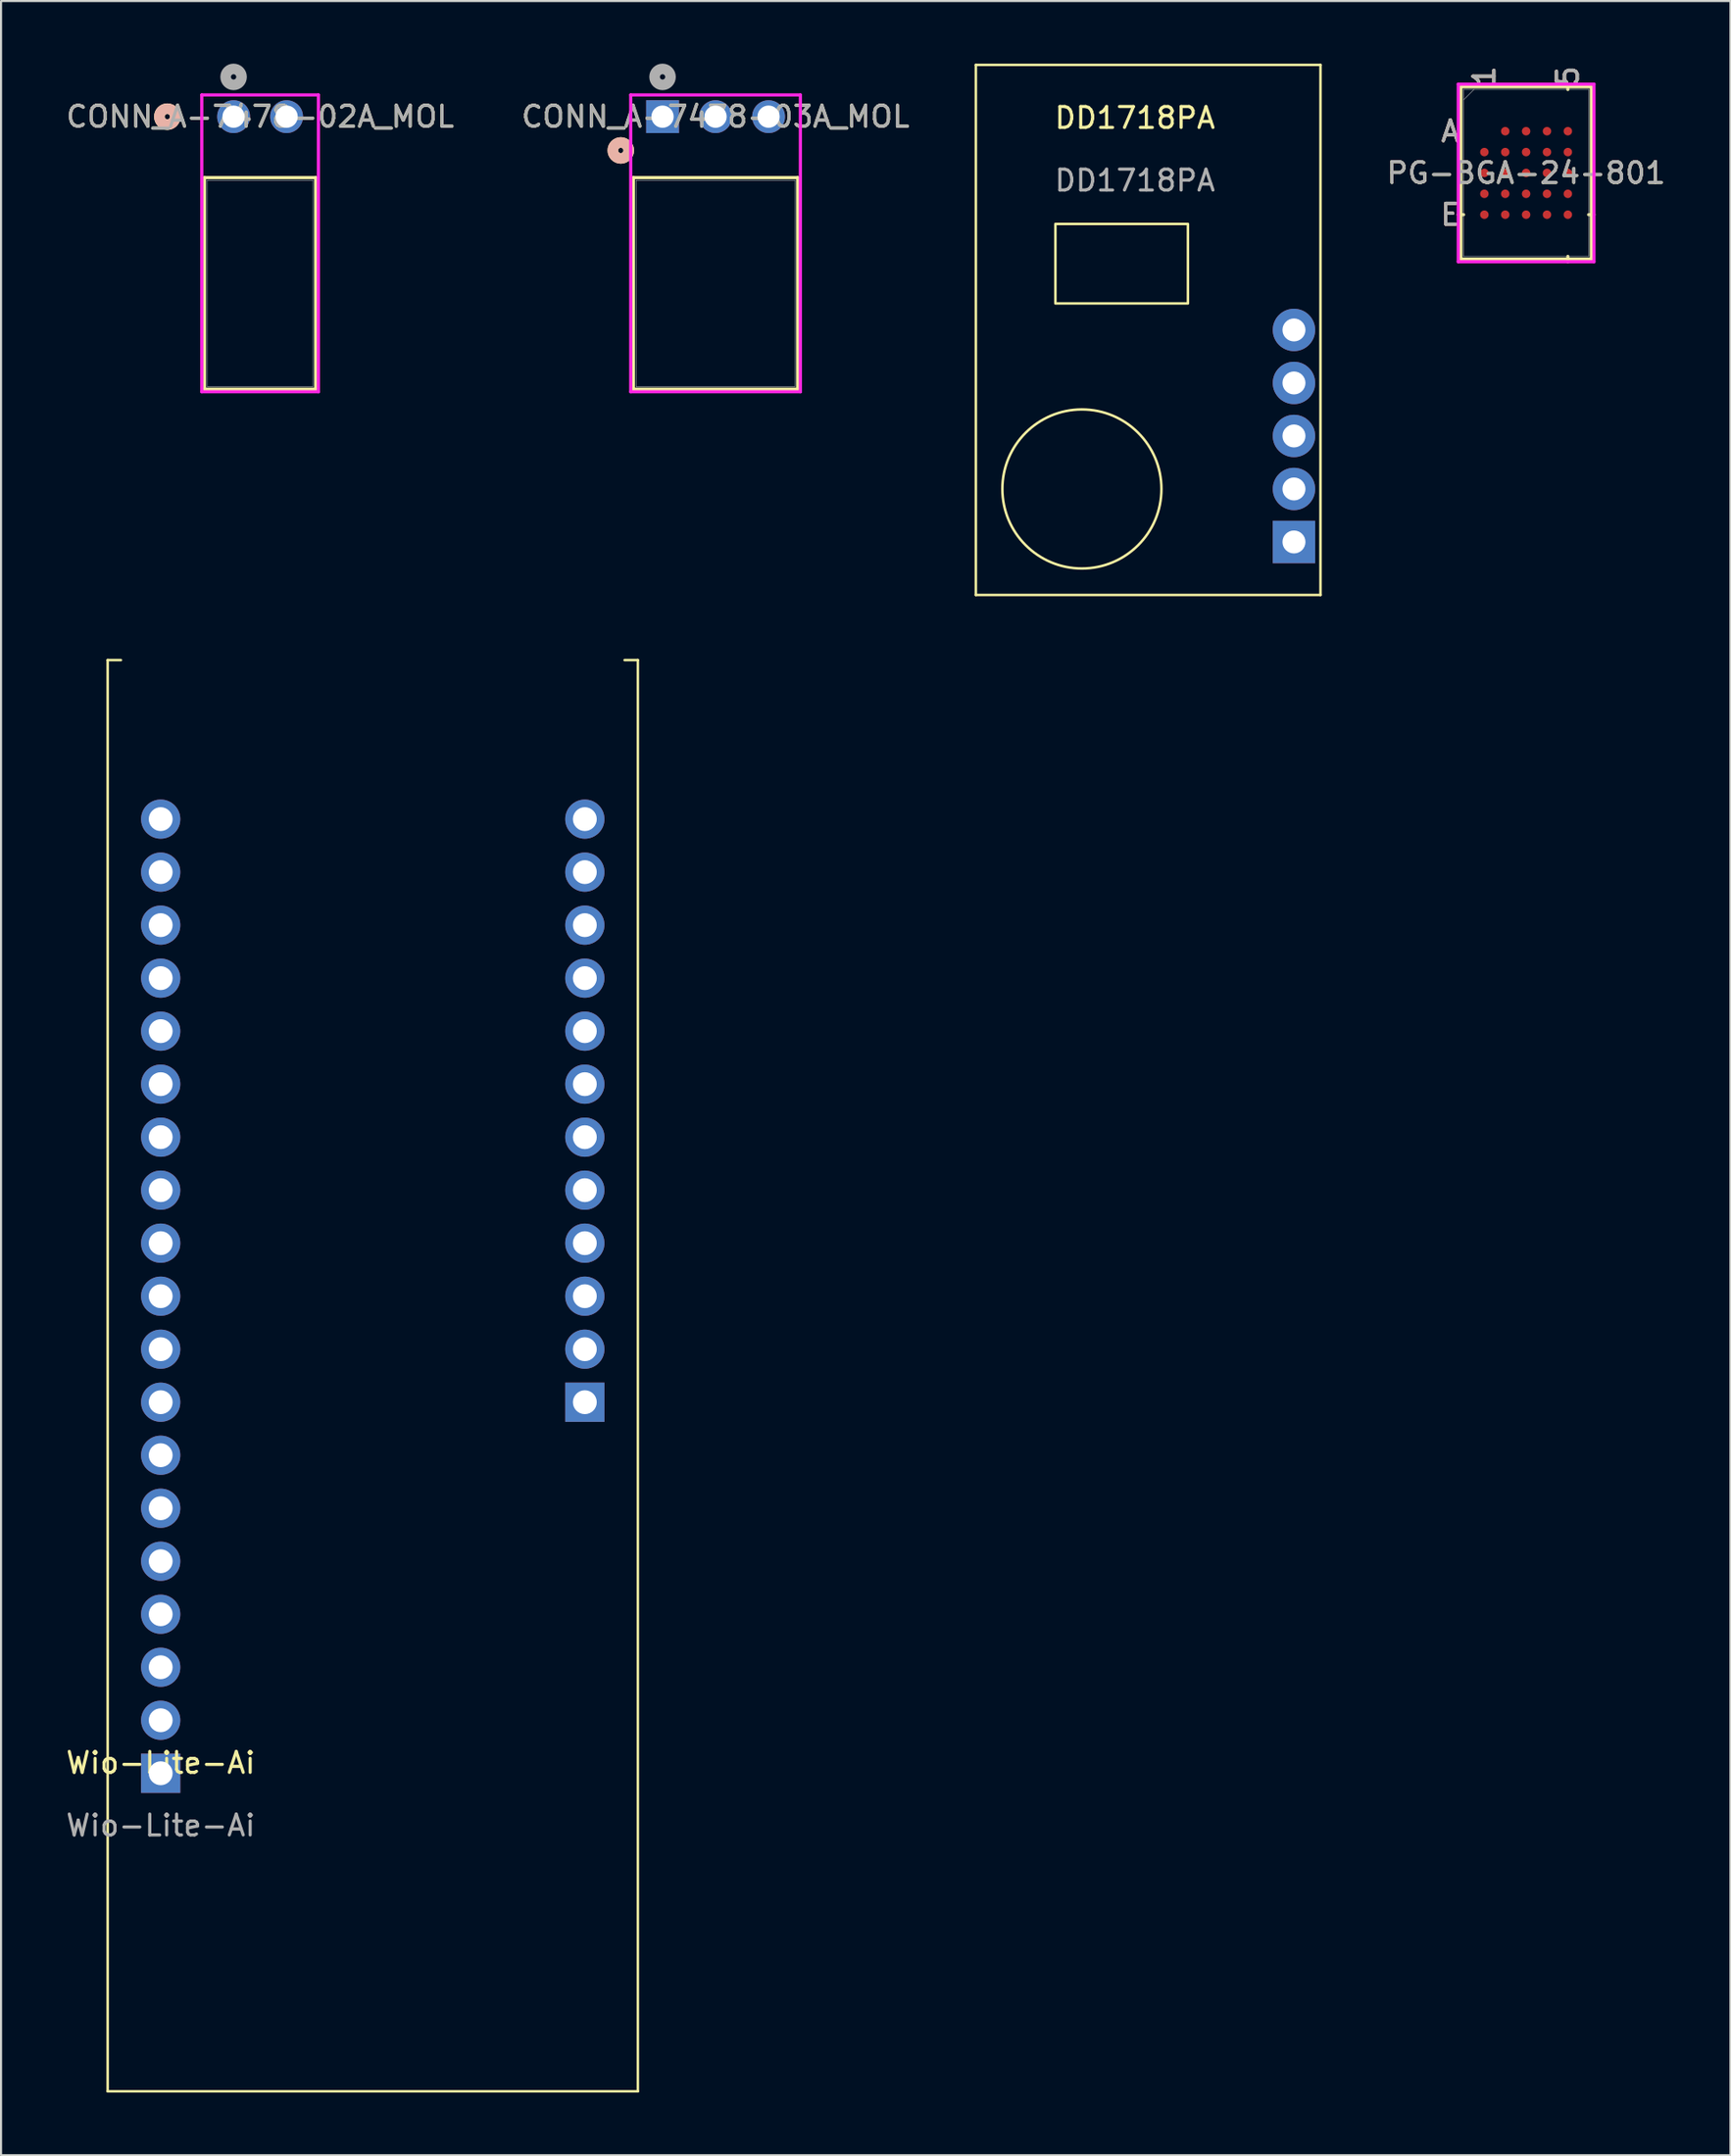
<source format=kicad_pcb>
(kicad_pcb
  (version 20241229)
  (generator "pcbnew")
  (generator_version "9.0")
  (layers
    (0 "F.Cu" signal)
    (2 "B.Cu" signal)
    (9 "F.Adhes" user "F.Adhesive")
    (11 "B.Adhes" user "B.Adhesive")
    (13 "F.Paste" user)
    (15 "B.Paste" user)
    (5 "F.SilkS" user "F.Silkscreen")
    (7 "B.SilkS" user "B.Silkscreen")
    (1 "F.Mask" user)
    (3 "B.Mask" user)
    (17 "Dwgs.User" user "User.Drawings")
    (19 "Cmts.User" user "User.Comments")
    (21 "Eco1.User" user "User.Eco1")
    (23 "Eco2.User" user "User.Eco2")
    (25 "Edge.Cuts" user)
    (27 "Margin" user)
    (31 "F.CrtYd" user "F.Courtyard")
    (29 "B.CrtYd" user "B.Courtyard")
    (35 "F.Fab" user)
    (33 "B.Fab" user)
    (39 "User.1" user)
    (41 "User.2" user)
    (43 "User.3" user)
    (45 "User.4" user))
  (footprint "CONN_A-7478-03A_MOL"
    (layer "F.Cu")
    (at 28.692 2.54)
    (property "Reference" "CONN_A-7478-03A_MOL" (at 2.54 0 0) (unlocked yes) (layer "F.SilkS") (effects (font (size 1 1) (thickness 0.15))))
    (attr through_hole)
    (fp_line (start -1.397 2.921) (end -1.397 13.056) (stroke (width 0.152) (type solid)) (layer "F.SilkS"))
    (fp_line (start -1.397 13.056) (end 6.477 13.056) (stroke (width 0.152) (type solid)) (layer "F.SilkS"))
    (fp_line (start 6.477 2.921) (end -1.397 2.921) (stroke (width 0.152) (type solid)) (layer "F.SilkS"))
    (fp_line (start 6.477 13.056) (end 6.477 2.921) (stroke (width 0.152) (type solid)) (layer "F.SilkS"))
    (fp_circle (center -2 1.619) (end -1.619 1.619) (stroke (width 0.508) (type solid)) (fill no) (layer "F.SilkS"))
    (fp_circle (center -2 1.619) (end -1.619 1.619) (stroke (width 0.508) (type solid)) (fill no) (layer "B.SilkS"))
    (fp_line (start -1.524 -1.041) (end -1.524 13.183) (stroke (width 0.152) (type solid)) (layer "F.CrtYd"))
    (fp_line (start -1.524 13.183) (end 6.604 13.183) (stroke (width 0.152) (type solid)) (layer "F.CrtYd"))
    (fp_line (start 6.604 -1.041) (end -1.524 -1.041) (stroke (width 0.152) (type solid)) (layer "F.CrtYd"))
    (fp_line (start 6.604 13.183) (end 6.604 -1.041) (stroke (width 0.152) (type solid)) (layer "F.CrtYd"))
    (fp_line (start -1.27 3.048) (end -1.27 12.929) (stroke (width 0.025) (type solid)) (layer "F.Fab"))
    (fp_line (start -1.27 12.929) (end 6.35 12.929) (stroke (width 0.025) (type solid)) (layer "F.Fab"))
    (fp_line (start 6.35 3.048) (end -1.27 3.048) (stroke (width 0.025) (type solid)) (layer "F.Fab"))
    (fp_line (start 6.35 12.929) (end 6.35 3.048) (stroke (width 0.025) (type solid)) (layer "F.Fab"))
    (fp_circle (center 0 -1.905) (end 0.381 -1.905) (stroke (width 0.508) (type solid)) (fill no) (layer "F.Fab"))
    (fp_text user "${REFERENCE}" (at 2.54 0 0) (unlocked yes) (layer "F.Fab") (effects (font (size 1 1) (thickness 0.15))))
    (pad "1" thru_hole rect (at 0 0) (size 1.575 1.575) (drill 1.067) (layers "*.Cu" "*.Mask"))
    (pad "2" thru_hole circle (at 2.54 0) (size 1.575 1.575) (drill 1.067) (layers "*.Cu" "*.Mask"))
    (pad "3" thru_hole circle (at 5.08 0) (size 1.575 1.575) (drill 1.067) (layers "*.Cu" "*.Mask")))
  (footprint "PG-BGA-24-801"
    (layer "F.Cu")
    (at 70.065 5.237)
    (property "Reference" "PG-BGA-24-801" (at 0 0 0) (unlocked yes) (layer "F.SilkS") (effects (font (size 1 1) (thickness 0.15))))
    (attr smd)
    (fp_line (start -3.124 -4.128) (end -3.124 4.128) (stroke (width 0.152) (type solid)) (layer "F.SilkS"))
    (fp_line (start -3.124 4.128) (end 3.124 4.128) (stroke (width 0.152) (type solid)) (layer "F.SilkS"))
    (fp_line (start -2.997 2) (end -3.251 2) (stroke (width 0.152) (type solid)) (layer "F.SilkS"))
    (fp_line (start 2 -4) (end 2 -4.255) (stroke (width 0.152) (type solid)) (layer "F.SilkS"))
    (fp_line (start 2 4) (end 2 4.255) (stroke (width 0.152) (type solid)) (layer "F.SilkS"))
    (fp_line (start 2.997 2) (end 3.251 2) (stroke (width 0.152) (type solid)) (layer "F.SilkS"))
    (fp_line (start 3.124 -4.128) (end -3.124 -4.128) (stroke (width 0.152) (type solid)) (layer "F.SilkS"))
    (fp_line (start 3.124 4.128) (end 3.124 -4.128) (stroke (width 0.152) (type solid)) (layer "F.SilkS"))
    (fp_poly (pts (xy -3.008 -3.008) (xy 3.008 -3.008) (xy 3.008 3.008) (xy -3.008 3.008)) (stroke (width 0.1) (type solid)) (fill no) (layer "Eco2.User"))
    (fp_line (start -3.251 -4.255) (end 3.251 -4.255) (stroke (width 0.152) (type solid)) (layer "F.CrtYd"))
    (fp_line (start -3.251 4.255) (end -3.251 -4.255) (stroke (width 0.152) (type solid)) (layer "F.CrtYd"))
    (fp_line (start 3.251 -4.255) (end 3.251 4.255) (stroke (width 0.152) (type solid)) (layer "F.CrtYd"))
    (fp_line (start 3.251 4.255) (end -3.251 4.255) (stroke (width 0.152) (type solid)) (layer "F.CrtYd"))
    (fp_line (start -2.997 -4) (end -2.997 4) (stroke (width 0.025) (type solid)) (layer "F.Fab"))
    (fp_line (start -2.997 4) (end 2.997 4) (stroke (width 0.025) (type solid)) (layer "F.Fab"))
    (fp_line (start -2.497 -4) (end -2.997 -3.501) (stroke (width 0.025) (type solid)) (layer "F.Fab"))
    (fp_line (start 2.997 -4) (end -2.997 -4) (stroke (width 0.025) (type solid)) (layer "F.Fab"))
    (fp_line (start 2.997 4) (end 2.997 -4) (stroke (width 0.025) (type solid)) (layer "F.Fab"))
    (fp_text user "E" (at -3.632 2 0) (unlocked yes) (layer "F.SilkS") (effects (font (size 1 1) (thickness 0.15))))
    (fp_text user "A" (at -3.632 -2 0) (unlocked yes) (layer "F.SilkS") (effects (font (size 1 1) (thickness 0.15))))
    (fp_text user "5" (at 2 -4.636 90) (unlocked yes) (layer "F.SilkS") (effects (font (size 1 1) (thickness 0.15))))
    (fp_text user "1" (at -2 -4.636 90) (unlocked yes) (layer "F.SilkS") (effects (font (size 1 1) (thickness 0.15))))
    (fp_text user "5" (at 2 -4.636 90) (unlocked yes) (layer "B.SilkS") (effects (font (size 1 1) (thickness 0.15))))
    (fp_text user "E" (at -3.632 2 0) (unlocked yes) (layer "B.SilkS") (effects (font (size 1 1) (thickness 0.15))))
    (fp_text user "1" (at -2 -4.636 90) (unlocked yes) (layer "B.SilkS") (effects (font (size 1 1) (thickness 0.15))))
    (fp_text user "A" (at -3.632 -2 0) (unlocked yes) (layer "B.SilkS") (effects (font (size 1 1) (thickness 0.15))))
    (fp_text user "5" (at 2 -4.636 90) (unlocked yes) (layer "F.Fab") (effects (font (size 1 1) (thickness 0.15))))
    (fp_text user "A" (at -3.632 -2 0) (unlocked yes) (layer "F.Fab") (effects (font (size 1 1) (thickness 0.15))))
    (fp_text user "1" (at -2 -4.636 90) (unlocked yes) (layer "F.Fab") (effects (font (size 1 1) (thickness 0.15))))
    (fp_text user "E" (at -3.632 2 0) (unlocked yes) (layer "F.Fab") (effects (font (size 1 1) (thickness 0.15))))
    (fp_text user "${REFERENCE}" (at 0 0 0) (unlocked yes) (layer "F.Fab") (effects (font (size 1 1) (thickness 0.15))))
    (pad "A2" smd circle (at -1 -2) (size 0.406 0.406) (layers "F.Cu" "F.Mask" "F.Paste"))
    (pad "A3" smd circle (at 0 -2) (size 0.406 0.406) (layers "F.Cu" "F.Mask" "F.Paste"))
    (pad "A4" smd circle (at 1 -2) (size 0.406 0.406) (layers "F.Cu" "F.Mask" "F.Paste"))
    (pad "A5" smd circle (at 2 -2) (size 0.406 0.406) (layers "F.Cu" "F.Mask" "F.Paste"))
    (pad "B1" smd circle (at -2 -1) (size 0.406 0.406) (layers "F.Cu" "F.Mask" "F.Paste"))
    (pad "B2" smd circle (at -1 -1) (size 0.406 0.406) (layers "F.Cu" "F.Mask" "F.Paste"))
    (pad "B3" smd circle (at 0 -1) (size 0.406 0.406) (layers "F.Cu" "F.Mask" "F.Paste"))
    (pad "B4" smd circle (at 1 -1) (size 0.406 0.406) (layers "F.Cu" "F.Mask" "F.Paste"))
    (pad "B5" smd circle (at 2 -1) (size 0.406 0.406) (layers "F.Cu" "F.Mask" "F.Paste"))
    (pad "C1" smd circle (at -2 0) (size 0.406 0.406) (layers "F.Cu" "F.Mask" "F.Paste"))
    (pad "C2" smd circle (at -1 0) (size 0.406 0.406) (layers "F.Cu" "F.Mask" "F.Paste"))
    (pad "C3" smd circle (at 0 0) (size 0.406 0.406) (layers "F.Cu" "F.Mask" "F.Paste"))
    (pad "C4" smd circle (at 1 0) (size 0.406 0.406) (layers "F.Cu" "F.Mask" "F.Paste"))
    (pad "C5" smd circle (at 2 0) (size 0.406 0.406) (layers "F.Cu" "F.Mask" "F.Paste"))
    (pad "D1" smd circle (at -2 1) (size 0.406 0.406) (layers "F.Cu" "F.Mask" "F.Paste"))
    (pad "D2" smd circle (at -1 1) (size 0.406 0.406) (layers "F.Cu" "F.Mask" "F.Paste"))
    (pad "D3" smd circle (at 0 1) (size 0.406 0.406) (layers "F.Cu" "F.Mask" "F.Paste"))
    (pad "D4" smd circle (at 1 1) (size 0.406 0.406) (layers "F.Cu" "F.Mask" "F.Paste"))
    (pad "D5" smd circle (at 2 1) (size 0.406 0.406) (layers "F.Cu" "F.Mask" "F.Paste"))
    (pad "E1" smd circle (at -2 2) (size 0.406 0.406) (layers "F.Cu" "F.Mask" "F.Paste"))
    (pad "E2" smd circle (at -1 2) (size 0.406 0.406) (layers "F.Cu" "F.Mask" "F.Paste"))
    (pad "E3" smd circle (at 0 2) (size 0.406 0.406) (layers "F.Cu" "F.Mask" "F.Paste"))
    (pad "E4" smd circle (at 1 2) (size 0.406 0.406) (layers "F.Cu" "F.Mask" "F.Paste"))
    (pad "E5" smd circle (at 2 2) (size 0.406 0.406) (layers "F.Cu" "F.Mask" "F.Paste")))
  (footprint "Wio-Lite-Ai"
    (layer "F.Cu")
    (at 4.649 81.92)
    (property "Reference" "Wio-Lite-Ai" (at 0 -0.5 0) (unlocked yes) (layer "F.SilkS") (effects (font (size 1 1) (thickness 0.15))))
    (attr through_hole)
    (fp_line (start -2.54 -53.34) (end -2.54 15.24) (stroke (width 0.12) (type default)) (layer "F.SilkS"))
    (fp_line (start -2.54 -53.34) (end -1.905 -53.34) (stroke (width 0.12) (type default)) (layer "F.SilkS"))
    (fp_line (start -2.54 15.24) (end 22.86 15.24) (stroke (width 0.12) (type default)) (layer "F.SilkS"))
    (fp_line (start 22.225 -53.34) (end 22.86 -53.34) (stroke (width 0.12) (type default)) (layer "F.SilkS"))
    (fp_line (start 22.86 15.24) (end 22.86 -53.34) (stroke (width 0.12) (type default)) (layer "F.SilkS"))
    (fp_text user "${REFERENCE}" (at 0 2.5 0) (unlocked yes) (layer "F.Fab") (effects (font (size 1 1) (thickness 0.15))))
    (pad "J3-1" thru_hole rect (at 20.32 -17.78) (size 1.88 1.88) (drill 1.143) (layers "*.Cu" "*.Mask"))
    (pad "J3-2" thru_hole circle (at 20.32 -20.32) (size 1.88 1.88) (drill 1.143) (layers "*.Cu" "*.Mask"))
    (pad "J3-3" thru_hole circle (at 20.32 -22.86) (size 1.88 1.88) (drill 1.143) (layers "*.Cu" "*.Mask"))
    (pad "J3-4" thru_hole circle (at 20.32 -25.4) (size 1.88 1.88) (drill 1.143) (layers "*.Cu" "*.Mask"))
    (pad "J3-5" thru_hole circle (at 20.32 -27.94) (size 1.88 1.88) (drill 1.143) (layers "*.Cu" "*.Mask"))
    (pad "J3-6" thru_hole circle (at 20.32 -30.48) (size 1.88 1.88) (drill 1.143) (layers "*.Cu" "*.Mask"))
    (pad "J3-7" thru_hole circle (at 20.32 -33.02) (size 1.88 1.88) (drill 1.143) (layers "*.Cu" "*.Mask"))
    (pad "J3-8" thru_hole circle (at 20.32 -35.56) (size 1.88 1.88) (drill 1.143) (layers "*.Cu" "*.Mask"))
    (pad "J3-9" thru_hole circle (at 20.32 -38.1) (size 1.88 1.88) (drill 1.143) (layers "*.Cu" "*.Mask"))
    (pad "J3-10" thru_hole circle (at 20.32 -40.64) (size 1.88 1.88) (drill 1.143) (layers "*.Cu" "*.Mask"))
    (pad "J3-11" thru_hole circle (at 20.32 -43.18) (size 1.88 1.88) (drill 1.143) (layers "*.Cu" "*.Mask"))
    (pad "J3-12" thru_hole circle (at 20.32 -45.72) (size 1.88 1.88) (drill 1.143) (layers "*.Cu" "*.Mask"))
    (pad "J6-1" thru_hole rect (at 0 0) (size 1.88 1.88) (drill 1.143) (layers "*.Cu" "*.Mask"))
    (pad "J6-2" thru_hole circle (at 0 -2.54) (size 1.88 1.88) (drill 1.143) (layers "*.Cu" "*.Mask"))
    (pad "J6-3" thru_hole circle (at 0 -5.08) (size 1.88 1.88) (drill 1.143) (layers "*.Cu" "*.Mask"))
    (pad "J6-4" thru_hole circle (at 0 -7.62) (size 1.88 1.88) (drill 1.143) (layers "*.Cu" "*.Mask"))
    (pad "J6-5" thru_hole circle (at 0 -10.16) (size 1.88 1.88) (drill 1.143) (layers "*.Cu" "*.Mask"))
    (pad "J6-6" thru_hole circle (at 0 -12.7) (size 1.88 1.88) (drill 1.143) (layers "*.Cu" "*.Mask"))
    (pad "J6-7" thru_hole circle (at 0 -15.24) (size 1.88 1.88) (drill 1.143) (layers "*.Cu" "*.Mask"))
    (pad "J6-8" thru_hole circle (at 0 -17.78) (size 1.88 1.88) (drill 1.143) (layers "*.Cu" "*.Mask"))
    (pad "J6-9" thru_hole circle (at 0 -20.32) (size 1.88 1.88) (drill 1.143) (layers "*.Cu" "*.Mask"))
    (pad "J6-10" thru_hole circle (at 0 -22.86) (size 1.88 1.88) (drill 1.143) (layers "*.Cu" "*.Mask"))
    (pad "J6-11" thru_hole circle (at 0 -25.4) (size 1.88 1.88) (drill 1.143) (layers "*.Cu" "*.Mask"))
    (pad "J6-12" thru_hole circle (at 0 -27.94) (size 1.88 1.88) (drill 1.143) (layers "*.Cu" "*.Mask"))
    (pad "J6-13" thru_hole circle (at 0 -30.48) (size 1.88 1.88) (drill 1.143) (layers "*.Cu" "*.Mask"))
    (pad "J6-14" thru_hole circle (at 0 -33.02) (size 1.88 1.88) (drill 1.143) (layers "*.Cu" "*.Mask"))
    (pad "J6-15" thru_hole circle (at 0 -35.56) (size 1.88 1.88) (drill 1.143) (layers "*.Cu" "*.Mask"))
    (pad "J6-16" thru_hole circle (at 0 -38.1) (size 1.88 1.88) (drill 1.143) (layers "*.Cu" "*.Mask"))
    (pad "J6-17" thru_hole circle (at 0 -40.64) (size 1.88 1.88) (drill 1.143) (layers "*.Cu" "*.Mask"))
    (pad "J6-18" thru_hole circle (at 0 -43.18) (size 1.88 1.88) (drill 1.143) (layers "*.Cu" "*.Mask"))
    (pad "J6-19" thru_hole circle (at 0 -45.72) (size 1.88 1.88) (drill 1.143) (layers "*.Cu" "*.Mask")))
  (footprint "DD1718PA"
    (layer "F.Cu")
    (at 58.943 22.92)
    (property "Reference" "DD1718PA" (at -7.62 -20.32 0) (unlocked yes) (layer "F.SilkS") (effects (font (size 1 1) (thickness 0.15))))
    (attr through_hole)
    (fp_line (start -15.24 -22.86) (end 1.27 -22.86) (stroke (width 0.12) (type default)) (layer "F.SilkS"))
    (fp_line (start -15.24 2.54) (end -15.24 -22.86) (stroke (width 0.12) (type default)) (layer "F.SilkS"))
    (fp_line (start 1.27 -22.86) (end 1.27 2.54) (stroke (width 0.12) (type default)) (layer "F.SilkS"))
    (fp_line (start 1.27 2.54) (end -15.24 2.54) (stroke (width 0.12) (type default)) (layer "F.SilkS"))
    (fp_rect (start -11.43 -15.24) (end -5.08 -11.43) (stroke (width 0.12) (type default)) (fill no) (layer "F.SilkS"))
    (fp_circle (center -10.16 -2.54) (end -6.35 -2.54) (stroke (width 0.12) (type default)) (fill no) (layer "F.SilkS"))
    (fp_text user "${REFERENCE}" (at -7.62 -17.32 0) (unlocked yes) (layer "F.Fab") (effects (font (size 1 1) (thickness 0.15))))
    (pad "1" thru_hole rect (at 0 0) (size 2.032 2.032) (drill 1.1) (layers "*.Cu" "*.Mask"))
    (pad "2" thru_hole circle (at 0 -2.54) (size 2.032 2.032) (drill 1.1) (layers "*.Cu" "*.Mask"))
    (pad "3" thru_hole circle (at 0 -5.08) (size 2.032 2.032) (drill 1.1) (layers "*.Cu" "*.Mask"))
    (pad "4" thru_hole circle (at 0 -7.62) (size 2.032 2.032) (drill 1.1) (layers "*.Cu" "*.Mask"))
    (pad "5" thru_hole circle (at 0 -10.16) (size 2.032 2.032) (drill 1.1) (layers "*.Cu" "*.Mask")))
  (footprint "CONN_A-7478-02A_MOL"
    (layer "F.Cu")
    (at 8.141 2.54)
    (property "Reference" "CONN_A-7478-02A_MOL" (at 1.27 0 0) (unlocked yes) (layer "F.SilkS") (effects (font (size 1 1) (thickness 0.15))))
    (attr through_hole)
    (fp_line (start -1.397 2.921) (end -1.397 13.056) (stroke (width 0.152) (type solid)) (layer "F.SilkS"))
    (fp_line (start -1.397 13.056) (end 3.937 13.056) (stroke (width 0.152) (type solid)) (layer "F.SilkS"))
    (fp_line (start 3.937 2.921) (end -1.397 2.921) (stroke (width 0.152) (type solid)) (layer "F.SilkS"))
    (fp_line (start 3.937 13.056) (end 3.937 2.921) (stroke (width 0.152) (type solid)) (layer "F.SilkS"))
    (fp_circle (center -3.175 0) (end -2.794 0) (stroke (width 0.508) (type solid)) (fill no) (layer "F.SilkS"))
    (fp_circle (center -3.175 0) (end -2.794 0) (stroke (width 0.508) (type solid)) (fill no) (layer "B.SilkS"))
    (fp_line (start -1.524 -1.041) (end -1.524 13.183) (stroke (width 0.152) (type solid)) (layer "F.CrtYd"))
    (fp_line (start -1.524 13.183) (end 4.064 13.183) (stroke (width 0.152) (type solid)) (layer "F.CrtYd"))
    (fp_line (start 4.064 -1.041) (end -1.524 -1.041) (stroke (width 0.152) (type solid)) (layer "F.CrtYd"))
    (fp_line (start 4.064 13.183) (end 4.064 -1.041) (stroke (width 0.152) (type solid)) (layer "F.CrtYd"))
    (fp_line (start -1.27 3.048) (end -1.27 12.929) (stroke (width 0.025) (type solid)) (layer "F.Fab"))
    (fp_line (start -1.27 12.929) (end 3.81 12.929) (stroke (width 0.025) (type solid)) (layer "F.Fab"))
    (fp_line (start 3.81 3.048) (end -1.27 3.048) (stroke (width 0.025) (type solid)) (layer "F.Fab"))
    (fp_line (start 3.81 12.929) (end 3.81 3.048) (stroke (width 0.025) (type solid)) (layer "F.Fab"))
    (fp_circle (center 0 -1.905) (end 0.381 -1.905) (stroke (width 0.508) (type solid)) (fill no) (layer "F.Fab"))
    (fp_text user "${REFERENCE}" (at 1.27 0 0) (unlocked yes) (layer "F.Fab") (effects (font (size 1 1) (thickness 0.15))))
    (pad "1" thru_hole circle (at 0 0) (size 1.575 1.575) (drill 1.067) (layers "*.Cu" "*.Mask"))
    (pad "2" thru_hole circle (at 2.54 0) (size 1.575 1.575) (drill 1.067) (layers "*.Cu" "*.Mask")))
  (gr_rect
    (start -3 -3)
    (end 79.856 100.22)
    (stroke (width 0.1) (type default))
    (fill no)
    (layer "Edge.Cuts")))
</source>
